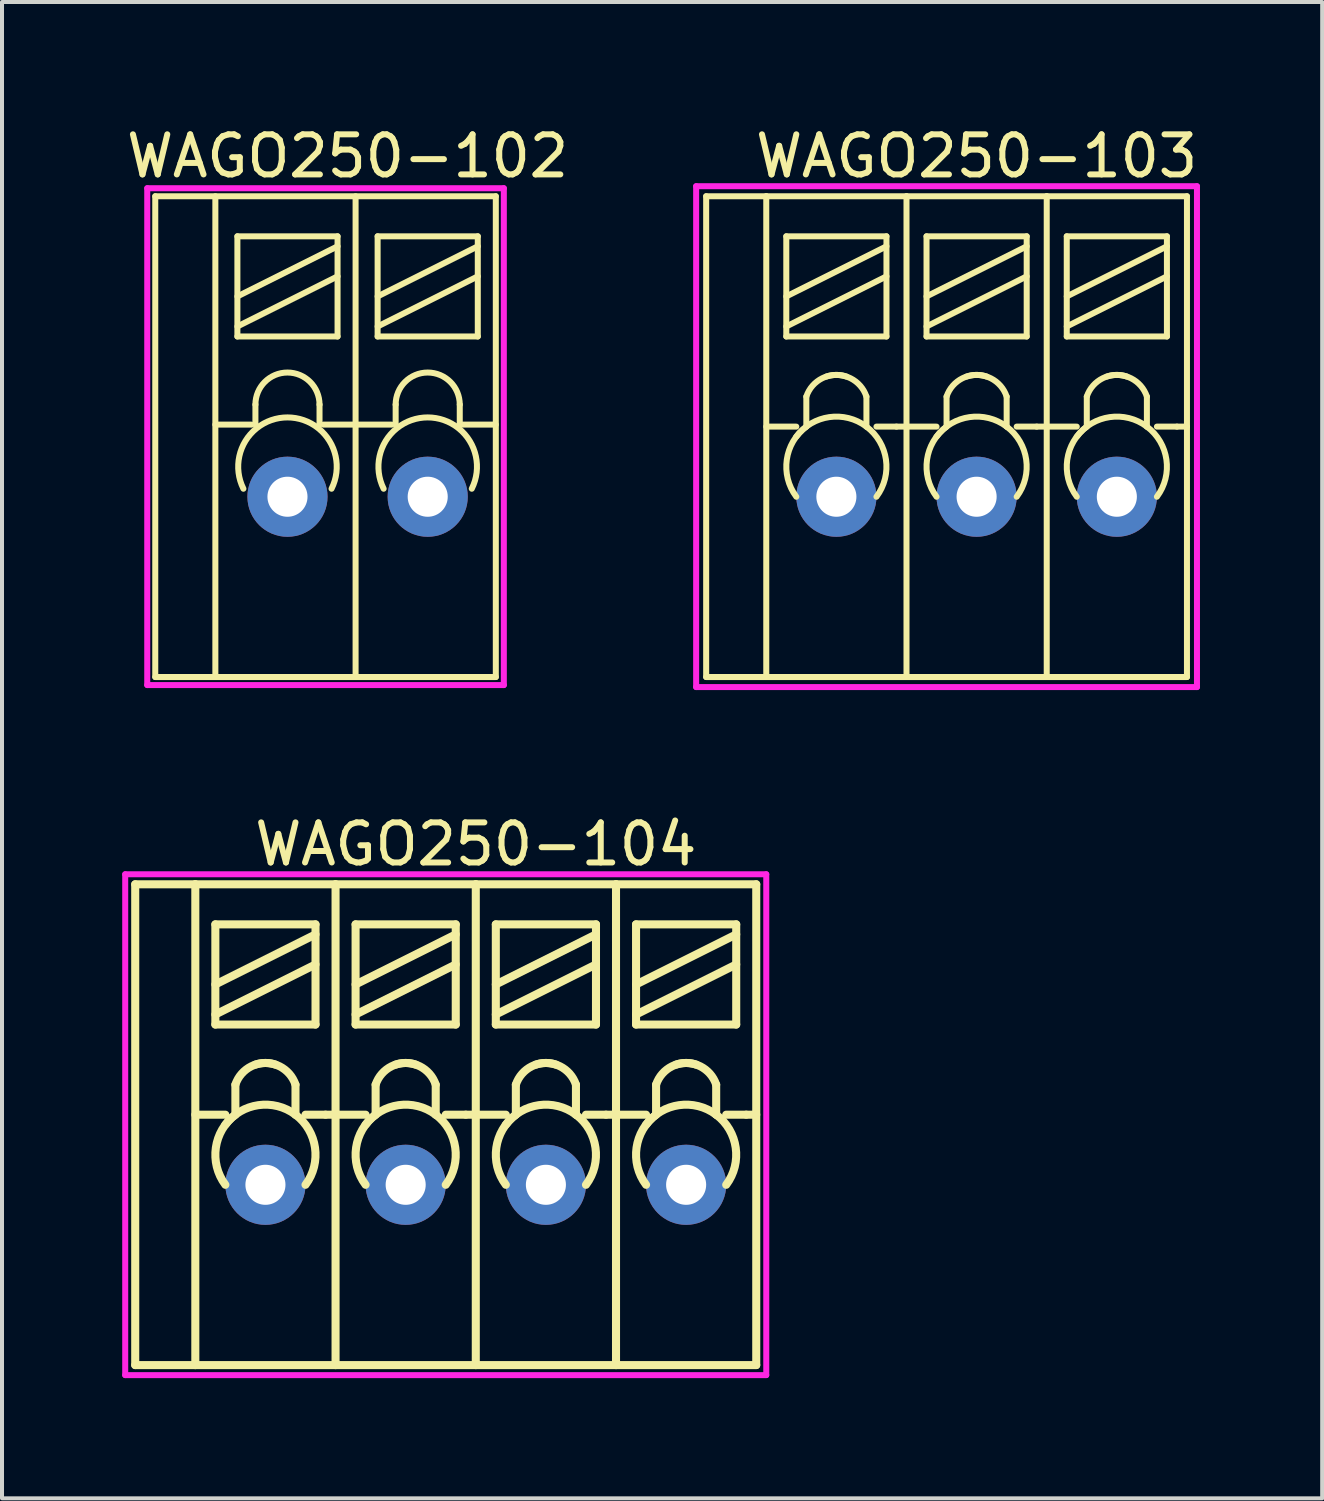
<source format=kicad_pcb>
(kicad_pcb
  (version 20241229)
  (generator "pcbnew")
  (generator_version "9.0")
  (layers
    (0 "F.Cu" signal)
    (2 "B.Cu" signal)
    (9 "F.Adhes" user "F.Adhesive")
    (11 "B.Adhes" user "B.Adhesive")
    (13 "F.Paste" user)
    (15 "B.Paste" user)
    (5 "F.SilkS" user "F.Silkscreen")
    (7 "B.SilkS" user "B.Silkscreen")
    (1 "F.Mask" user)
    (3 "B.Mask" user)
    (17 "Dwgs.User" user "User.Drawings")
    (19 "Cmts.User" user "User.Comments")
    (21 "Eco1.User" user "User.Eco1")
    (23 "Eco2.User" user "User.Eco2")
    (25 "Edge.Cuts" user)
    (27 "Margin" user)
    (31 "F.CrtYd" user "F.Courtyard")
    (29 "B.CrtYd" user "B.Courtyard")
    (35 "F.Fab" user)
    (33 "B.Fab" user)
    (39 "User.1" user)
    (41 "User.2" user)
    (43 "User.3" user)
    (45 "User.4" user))
  (footprint "WAGO250-103"
    (layer "F.Cu")
    (at 24.825 9.348)
    (property "Reference" "WAGO250-103" (at -3.5 -8.5 180) (layer "F.SilkS") (effects (font (size 1 1) (thickness 0.15))))
    (attr through_hole)
    (fp_line (start -10.25 -7.5) (end -8.75 -7.5) (stroke (width 0.15) (type solid)) (layer "F.SilkS"))
    (fp_line (start -10.25 4.5) (end -10.25 -7.5) (stroke (width 0.15) (type solid)) (layer "F.SilkS"))
    (fp_line (start -10.25 4.5) (end -8.75 4.5) (stroke (width 0.15) (type solid)) (layer "F.SilkS"))
    (fp_line (start -8.75 -7.5) (end -8.75 4.5) (stroke (width 0.15) (type solid)) (layer "F.SilkS"))
    (fp_line (start -8.75 -1.75) (end -8 -1.75) (stroke (width 0.15) (type solid)) (layer "F.SilkS"))
    (fp_line (start -8.75 4.5) (end -5.25 4.5) (stroke (width 0.15) (type solid)) (layer "F.SilkS"))
    (fp_line (start -8.25 -6.5) (end -8.25 -4) (stroke (width 0.15) (type solid)) (layer "F.SilkS"))
    (fp_line (start -8.25 -4.25) (end -5.75 -5.5) (stroke (width 0.15) (type solid)) (layer "F.SilkS"))
    (fp_line (start -8.25 -4) (end -5.75 -4) (stroke (width 0.15) (type solid)) (layer "F.SilkS"))
    (fp_line (start -7.75 -2.5) (end -7.75 -1.75) (stroke (width 0.15) (type solid)) (layer "F.SilkS"))
    (fp_line (start -6.25 -2.5) (end -6.25 -1.75) (stroke (width 0.15) (type solid)) (layer "F.SilkS"))
    (fp_line (start -6 -1.75) (end -5.5 -1.75) (stroke (width 0.15) (type solid)) (layer "F.SilkS"))
    (fp_line (start -5.75 -6.5) (end -8.25 -6.5) (stroke (width 0.15) (type solid)) (layer "F.SilkS"))
    (fp_line (start -5.75 -6.5) (end -5.75 -4) (stroke (width 0.15) (type solid)) (layer "F.SilkS"))
    (fp_line (start -5.75 -6.25) (end -8.25 -5) (stroke (width 0.15) (type solid)) (layer "F.SilkS"))
    (fp_line (start -5.5 -1.75) (end -5.25 -1.75) (stroke (width 0.15) (type solid)) (layer "F.SilkS"))
    (fp_line (start -5.25 -7.5) (end -8.75 -7.5) (stroke (width 0.15) (type solid)) (layer "F.SilkS"))
    (fp_line (start -5.25 -7.5) (end -5.25 4.5) (stroke (width 0.15) (type solid)) (layer "F.SilkS"))
    (fp_line (start -5.25 -1.75) (end -4.5 -1.75) (stroke (width 0.15) (type solid)) (layer "F.SilkS"))
    (fp_line (start -5.25 4.5) (end -1.75 4.5) (stroke (width 0.15) (type solid)) (layer "F.SilkS"))
    (fp_line (start -4.75 -6.5) (end -4.75 -4) (stroke (width 0.15) (type solid)) (layer "F.SilkS"))
    (fp_line (start -4.75 -4.25) (end -2.25 -5.5) (stroke (width 0.15) (type solid)) (layer "F.SilkS"))
    (fp_line (start -4.75 -4) (end -2.25 -4) (stroke (width 0.15) (type solid)) (layer "F.SilkS"))
    (fp_line (start -4.25 -2.5) (end -4.25 -1.75) (stroke (width 0.15) (type solid)) (layer "F.SilkS"))
    (fp_line (start -2.75 -2.5) (end -2.75 -1.75) (stroke (width 0.15) (type solid)) (layer "F.SilkS"))
    (fp_line (start -2.5 -1.75) (end -2 -1.75) (stroke (width 0.15) (type solid)) (layer "F.SilkS"))
    (fp_line (start -2.25 -6.5) (end -4.75 -6.5) (stroke (width 0.15) (type solid)) (layer "F.SilkS"))
    (fp_line (start -2.25 -6.5) (end -2.25 -4) (stroke (width 0.15) (type solid)) (layer "F.SilkS"))
    (fp_line (start -2.25 -6.25) (end -4.75 -5) (stroke (width 0.15) (type solid)) (layer "F.SilkS"))
    (fp_line (start -2 -1.75) (end -1.75 -1.75) (stroke (width 0.15) (type solid)) (layer "F.SilkS"))
    (fp_line (start -1.75 -7.5) (end -5.25 -7.5) (stroke (width 0.15) (type solid)) (layer "F.SilkS"))
    (fp_line (start -1.75 -7.5) (end -1.75 4.5) (stroke (width 0.15) (type solid)) (layer "F.SilkS"))
    (fp_line (start -1.75 -1.75) (end -1 -1.75) (stroke (width 0.15) (type solid)) (layer "F.SilkS"))
    (fp_line (start -1.75 4.5) (end 1.75 4.5) (stroke (width 0.15) (type solid)) (layer "F.SilkS"))
    (fp_line (start -1.25 -6.5) (end -1.25 -4) (stroke (width 0.15) (type solid)) (layer "F.SilkS"))
    (fp_line (start -1.25 -4.25) (end 1.25 -5.5) (stroke (width 0.15) (type solid)) (layer "F.SilkS"))
    (fp_line (start -1.25 -4) (end 1.25 -4) (stroke (width 0.15) (type solid)) (layer "F.SilkS"))
    (fp_line (start -0.75 -2.5) (end -0.75 -1.75) (stroke (width 0.15) (type solid)) (layer "F.SilkS"))
    (fp_line (start 0.75 -2.5) (end 0.75 -1.75) (stroke (width 0.15) (type solid)) (layer "F.SilkS"))
    (fp_line (start 1 -1.75) (end 1.5 -1.75) (stroke (width 0.15) (type solid)) (layer "F.SilkS"))
    (fp_line (start 1.25 -6.5) (end -1.25 -6.5) (stroke (width 0.15) (type solid)) (layer "F.SilkS"))
    (fp_line (start 1.25 -6.5) (end 1.25 -4) (stroke (width 0.15) (type solid)) (layer "F.SilkS"))
    (fp_line (start 1.25 -6.25) (end -1.25 -5) (stroke (width 0.15) (type solid)) (layer "F.SilkS"))
    (fp_line (start 1.5 -1.75) (end 1.75 -1.75) (stroke (width 0.15) (type solid)) (layer "F.SilkS"))
    (fp_line (start 1.75 -7.5) (end -1.75 -7.5) (stroke (width 0.15) (type solid)) (layer "F.SilkS"))
    (fp_line (start 1.75 4.5) (end 1.75 -7.5) (stroke (width 0.15) (type solid)) (layer "F.SilkS"))
    (fp_arc (start -8 -1.5) (mid -7.176777 -1.987437) (end -6.25 -1.75) (stroke (width 0.15) (type solid)) (layer "F.SilkS"))
    (fp_arc (start -8 0) (mid -8.237437 -0.926777) (end -7.75 -1.75) (stroke (width 0.15) (type solid)) (layer "F.SilkS"))
    (fp_arc (start -7.75 -2.5) (mid -7.353553 -2.957107) (end -6.75 -3) (stroke (width 0.15) (type solid)) (layer "F.SilkS"))
    (fp_arc (start -7.25 -3) (mid -6.646447 -2.957107) (end -6.25 -2.5) (stroke (width 0.15) (type solid)) (layer "F.SilkS"))
    (fp_arc (start -6.25 -1.75) (mid -5.762563 -0.926777) (end -6 0) (stroke (width 0.15) (type solid)) (layer "F.SilkS"))
    (fp_arc (start -4.5 -1.5) (mid -3.676777 -1.987437) (end -2.75 -1.75) (stroke (width 0.15) (type solid)) (layer "F.SilkS"))
    (fp_arc (start -4.5 0) (mid -4.737437 -0.926777) (end -4.25 -1.75) (stroke (width 0.15) (type solid)) (layer "F.SilkS"))
    (fp_arc (start -4.25 -2.5) (mid -3.853553 -2.957107) (end -3.25 -3) (stroke (width 0.15) (type solid)) (layer "F.SilkS"))
    (fp_arc (start -3.75 -3) (mid -3.146447 -2.957107) (end -2.75 -2.5) (stroke (width 0.15) (type solid)) (layer "F.SilkS"))
    (fp_arc (start -2.75 -1.75) (mid -2.262563 -0.926777) (end -2.5 0) (stroke (width 0.15) (type solid)) (layer "F.SilkS"))
    (fp_arc (start -1 -1.5) (mid -0.176777 -1.987437) (end 0.75 -1.75) (stroke (width 0.15) (type solid)) (layer "F.SilkS"))
    (fp_arc (start -1 0) (mid -1.237437 -0.926777) (end -0.75 -1.75) (stroke (width 0.15) (type solid)) (layer "F.SilkS"))
    (fp_arc (start -0.75 -2.5) (mid -0.353553 -2.957107) (end 0.25 -3) (stroke (width 0.15) (type solid)) (layer "F.SilkS"))
    (fp_arc (start -0.25 -3) (mid 0.353553 -2.957107) (end 0.75 -2.5) (stroke (width 0.15) (type solid)) (layer "F.SilkS"))
    (fp_arc (start 0.75 -1.75) (mid 1.237437 -0.926777) (end 1 0) (stroke (width 0.15) (type solid)) (layer "F.SilkS"))
    (fp_line (start -10.5 -7.75) (end 2 -7.75) (stroke (width 0.15) (type solid)) (layer "F.CrtYd"))
    (fp_line (start -10.5 4.75) (end -10.5 -7.75) (stroke (width 0.15) (type solid)) (layer "F.CrtYd"))
    (fp_line (start 2 -7.75) (end 2 4.75) (stroke (width 0.15) (type solid)) (layer "F.CrtYd"))
    (fp_line (start 2 4.75) (end -10.5 4.75) (stroke (width 0.15) (type solid)) (layer "F.CrtYd"))
    (pad "1" thru_hole circle (at 0 0) (size 2 2) (drill 1) (layers "*.Cu" "*.Mask"))
    (pad "2" thru_hole circle (at -3.5 0) (size 2 2) (drill 1) (layers "*.Cu" "*.Mask"))
    (pad "3" thru_hole circle (at -7 0) (size 2 2) (drill 1) (layers "*.Cu" "*.Mask")))
  (footprint "WAGO250-102"
    (layer "F.Cu")
    (at 7.625 9.348)
    (property "Reference" "WAGO250-102" (at -2 -8.5 0) (layer "F.SilkS") (effects (font (size 1 1) (thickness 0.15))))
    (attr through_hole)
    (fp_line (start -6.8 4.5) (end -6.8 -7.5) (stroke (width 0.15) (type solid)) (layer "F.SilkS"))
    (fp_line (start -6.8 4.5) (end 1.7 4.5) (stroke (width 0.15) (type solid)) (layer "F.SilkS"))
    (fp_line (start -5.3 -7.5) (end -5.3 4.5) (stroke (width 0.15) (type solid)) (layer "F.SilkS"))
    (fp_line (start -5.3 -1.8) (end -4.4 -1.8) (stroke (width 0.15) (type solid)) (layer "F.SilkS"))
    (fp_line (start -4.75 -6.5) (end -4.75 -4) (stroke (width 0.15) (type solid)) (layer "F.SilkS"))
    (fp_line (start -4.75 -4.25) (end -2.25 -5.5) (stroke (width 0.15) (type solid)) (layer "F.SilkS"))
    (fp_line (start -4.75 -4) (end -2.25 -4) (stroke (width 0.15) (type solid)) (layer "F.SilkS"))
    (fp_line (start -4.3 -2.3) (end -4.3 -1.8) (stroke (width 0.15) (type solid)) (layer "F.SilkS"))
    (fp_line (start -2.7 -2.3) (end -2.7 -1.8) (stroke (width 0.15) (type solid)) (layer "F.SilkS"))
    (fp_line (start -2.6 -1.8) (end -0.9 -1.8) (stroke (width 0.15) (type solid)) (layer "F.SilkS"))
    (fp_line (start -2.25 -6.5) (end -4.75 -6.5) (stroke (width 0.15) (type solid)) (layer "F.SilkS"))
    (fp_line (start -2.25 -6.5) (end -2.25 -4) (stroke (width 0.15) (type solid)) (layer "F.SilkS"))
    (fp_line (start -2.25 -6.25) (end -4.75 -5) (stroke (width 0.15) (type solid)) (layer "F.SilkS"))
    (fp_line (start -1.8 -7.5) (end -1.8 4.5) (stroke (width 0.15) (type solid)) (layer "F.SilkS"))
    (fp_line (start -1.25 -6.5) (end -1.25 -4) (stroke (width 0.15) (type solid)) (layer "F.SilkS"))
    (fp_line (start -1.25 -4.25) (end 1.25 -5.5) (stroke (width 0.15) (type solid)) (layer "F.SilkS"))
    (fp_line (start -1.25 -4) (end 1.25 -4) (stroke (width 0.15) (type solid)) (layer "F.SilkS"))
    (fp_line (start -0.8 -2.3) (end -0.8 -1.8) (stroke (width 0.15) (type solid)) (layer "F.SilkS"))
    (fp_line (start 0.8 -2.3) (end 0.8 -1.8) (stroke (width 0.15) (type solid)) (layer "F.SilkS"))
    (fp_line (start 0.8 -1.8) (end 1.7 -1.8) (stroke (width 0.15) (type solid)) (layer "F.SilkS"))
    (fp_line (start 1.25 -6.5) (end -1.25 -6.5) (stroke (width 0.15) (type solid)) (layer "F.SilkS"))
    (fp_line (start 1.25 -6.5) (end 1.25 -4) (stroke (width 0.15) (type solid)) (layer "F.SilkS"))
    (fp_line (start 1.25 -6.25) (end -1.25 -5) (stroke (width 0.15) (type solid)) (layer "F.SilkS"))
    (fp_line (start 1.7 -7.5) (end -6.8 -7.5) (stroke (width 0.15) (type solid)) (layer "F.SilkS"))
    (fp_line (start 1.7 4.5) (end 1.7 -7.5) (stroke (width 0.15) (type solid)) (layer "F.SilkS"))
    (fp_arc (start -4.6 -0.2) (mid -3.5 -1.979837) (end -2.4 -0.200001) (stroke (width 0.15) (type solid)) (layer "F.SilkS"))
    (fp_arc (start -4.3 -2.3) (mid -3.5 -3.1) (end -2.7 -2.3) (stroke (width 0.15) (type solid)) (layer "F.SilkS"))
    (fp_arc (start -1.1 -0.2) (mid 0 -1.979837) (end 1.1 -0.200001) (stroke (width 0.15) (type solid)) (layer "F.SilkS"))
    (fp_arc (start -0.8 -2.3) (mid 0 -3.1) (end 0.8 -2.3) (stroke (width 0.15) (type solid)) (layer "F.SilkS"))
    (fp_line (start -7 -7.7) (end 1.9 -7.7) (stroke (width 0.15) (type solid)) (layer "F.CrtYd"))
    (fp_line (start -7 4.7) (end -7 -7.7) (stroke (width 0.15) (type solid)) (layer "F.CrtYd"))
    (fp_line (start 1.9 -7.7) (end 1.9 4.7) (stroke (width 0.15) (type solid)) (layer "F.CrtYd"))
    (fp_line (start 1.9 4.7) (end -7 4.7) (stroke (width 0.15) (type solid)) (layer "F.CrtYd"))
    (pad "1" thru_hole circle (at 0 0) (size 2 2) (drill 1) (layers "*.Cu" "*.Mask"))
    (pad "2" thru_hole circle (at -3.5 0) (size 2 2) (drill 1) (layers "*.Cu" "*.Mask")))
  (footprint "WAGO250-104"
    (layer "F.Cu")
    (at 14.075 26.521)
    (property "Reference" "WAGO250-104" (at -5.25 -8.5 0) (layer "F.SilkS") (effects (font (size 1 1) (thickness 0.15))))
    (attr through_hole)
    (fp_line (start -13.75 -7.5) (end -12.25 -7.5) (stroke (width 0.201) (type solid)) (layer "F.SilkS"))
    (fp_line (start -13.75 4.5) (end -13.75 -7.5) (stroke (width 0.201) (type solid)) (layer "F.SilkS"))
    (fp_line (start -13.75 4.5) (end -12.25 4.5) (stroke (width 0.201) (type solid)) (layer "F.SilkS"))
    (fp_line (start -12.25 -7.5) (end -12.25 4.5) (stroke (width 0.201) (type solid)) (layer "F.SilkS"))
    (fp_line (start -12.25 -1.75) (end -11.5 -1.75) (stroke (width 0.201) (type solid)) (layer "F.SilkS"))
    (fp_line (start -12.25 4.5) (end -8.75 4.5) (stroke (width 0.201) (type solid)) (layer "F.SilkS"))
    (fp_line (start -11.75 -6.5) (end -11.75 -4) (stroke (width 0.201) (type solid)) (layer "F.SilkS"))
    (fp_line (start -11.75 -4.25) (end -9.25 -5.5) (stroke (width 0.201) (type solid)) (layer "F.SilkS"))
    (fp_line (start -11.75 -4) (end -9.25 -4) (stroke (width 0.201) (type solid)) (layer "F.SilkS"))
    (fp_line (start -11.25 -2.5) (end -11.25 -1.75) (stroke (width 0.201) (type solid)) (layer "F.SilkS"))
    (fp_line (start -9.75 -2.5) (end -9.75 -1.75) (stroke (width 0.201) (type solid)) (layer "F.SilkS"))
    (fp_line (start -9.5 -1.75) (end -9 -1.75) (stroke (width 0.201) (type solid)) (layer "F.SilkS"))
    (fp_line (start -9.25 -6.5) (end -11.75 -6.5) (stroke (width 0.201) (type solid)) (layer "F.SilkS"))
    (fp_line (start -9.25 -6.5) (end -9.25 -4) (stroke (width 0.201) (type solid)) (layer "F.SilkS"))
    (fp_line (start -9.25 -6.25) (end -11.75 -5) (stroke (width 0.201) (type solid)) (layer "F.SilkS"))
    (fp_line (start -9 -1.75) (end -8.75 -1.75) (stroke (width 0.201) (type solid)) (layer "F.SilkS"))
    (fp_line (start -8.75 -7.5) (end -12.25 -7.5) (stroke (width 0.201) (type solid)) (layer "F.SilkS"))
    (fp_line (start -8.75 -7.5) (end -8.75 4.5) (stroke (width 0.201) (type solid)) (layer "F.SilkS"))
    (fp_line (start -8.75 -1.75) (end -8 -1.75) (stroke (width 0.201) (type solid)) (layer "F.SilkS"))
    (fp_line (start -8.75 4.5) (end -5.25 4.5) (stroke (width 0.201) (type solid)) (layer "F.SilkS"))
    (fp_line (start -8.25 -6.5) (end -8.25 -4) (stroke (width 0.201) (type solid)) (layer "F.SilkS"))
    (fp_line (start -8.25 -4.25) (end -5.75 -5.5) (stroke (width 0.201) (type solid)) (layer "F.SilkS"))
    (fp_line (start -8.25 -4) (end -5.75 -4) (stroke (width 0.201) (type solid)) (layer "F.SilkS"))
    (fp_line (start -7.75 -2.5) (end -7.75 -1.75) (stroke (width 0.201) (type solid)) (layer "F.SilkS"))
    (fp_line (start -6.25 -2.5) (end -6.25 -1.75) (stroke (width 0.201) (type solid)) (layer "F.SilkS"))
    (fp_line (start -6 -1.75) (end -5.5 -1.75) (stroke (width 0.201) (type solid)) (layer "F.SilkS"))
    (fp_line (start -5.75 -6.5) (end -8.25 -6.5) (stroke (width 0.201) (type solid)) (layer "F.SilkS"))
    (fp_line (start -5.75 -6.5) (end -5.75 -4) (stroke (width 0.201) (type solid)) (layer "F.SilkS"))
    (fp_line (start -5.75 -6.25) (end -8.25 -5) (stroke (width 0.201) (type solid)) (layer "F.SilkS"))
    (fp_line (start -5.5 -1.75) (end -5.25 -1.75) (stroke (width 0.201) (type solid)) (layer "F.SilkS"))
    (fp_line (start -5.25 -7.5) (end -8.75 -7.5) (stroke (width 0.201) (type solid)) (layer "F.SilkS"))
    (fp_line (start -5.25 -7.5) (end -5.25 4.5) (stroke (width 0.201) (type solid)) (layer "F.SilkS"))
    (fp_line (start -5.25 -1.75) (end -4.5 -1.75) (stroke (width 0.201) (type solid)) (layer "F.SilkS"))
    (fp_line (start -5.25 4.5) (end -1.75 4.5) (stroke (width 0.201) (type solid)) (layer "F.SilkS"))
    (fp_line (start -4.75 -6.5) (end -4.75 -4) (stroke (width 0.201) (type solid)) (layer "F.SilkS"))
    (fp_line (start -4.75 -4.25) (end -2.25 -5.5) (stroke (width 0.201) (type solid)) (layer "F.SilkS"))
    (fp_line (start -4.75 -4) (end -2.25 -4) (stroke (width 0.201) (type solid)) (layer "F.SilkS"))
    (fp_line (start -4.25 -2.5) (end -4.25 -1.75) (stroke (width 0.201) (type solid)) (layer "F.SilkS"))
    (fp_line (start -2.75 -2.5) (end -2.75 -1.75) (stroke (width 0.201) (type solid)) (layer "F.SilkS"))
    (fp_line (start -2.5 -1.75) (end -2 -1.75) (stroke (width 0.201) (type solid)) (layer "F.SilkS"))
    (fp_line (start -2.25 -6.5) (end -4.75 -6.5) (stroke (width 0.201) (type solid)) (layer "F.SilkS"))
    (fp_line (start -2.25 -6.5) (end -2.25 -4) (stroke (width 0.201) (type solid)) (layer "F.SilkS"))
    (fp_line (start -2.25 -6.25) (end -4.75 -5) (stroke (width 0.201) (type solid)) (layer "F.SilkS"))
    (fp_line (start -2 -1.75) (end -1.75 -1.75) (stroke (width 0.201) (type solid)) (layer "F.SilkS"))
    (fp_line (start -1.75 -7.5) (end -5.25 -7.5) (stroke (width 0.201) (type solid)) (layer "F.SilkS"))
    (fp_line (start -1.75 -7.5) (end -1.75 4.5) (stroke (width 0.201) (type solid)) (layer "F.SilkS"))
    (fp_line (start -1.75 -1.75) (end -1 -1.75) (stroke (width 0.201) (type solid)) (layer "F.SilkS"))
    (fp_line (start -1.75 4.5) (end 1.75 4.5) (stroke (width 0.201) (type solid)) (layer "F.SilkS"))
    (fp_line (start -1.25 -6.5) (end -1.25 -4) (stroke (width 0.201) (type solid)) (layer "F.SilkS"))
    (fp_line (start -1.25 -4.25) (end 1.25 -5.5) (stroke (width 0.201) (type solid)) (layer "F.SilkS"))
    (fp_line (start -1.25 -4) (end 1.25 -4) (stroke (width 0.201) (type solid)) (layer "F.SilkS"))
    (fp_line (start -0.75 -2.5) (end -0.75 -1.75) (stroke (width 0.201) (type solid)) (layer "F.SilkS"))
    (fp_line (start 0.75 -2.5) (end 0.75 -1.75) (stroke (width 0.201) (type solid)) (layer "F.SilkS"))
    (fp_line (start 1 -1.75) (end 1.5 -1.75) (stroke (width 0.201) (type solid)) (layer "F.SilkS"))
    (fp_line (start 1.25 -6.5) (end -1.25 -6.5) (stroke (width 0.201) (type solid)) (layer "F.SilkS"))
    (fp_line (start 1.25 -6.5) (end 1.25 -4) (stroke (width 0.201) (type solid)) (layer "F.SilkS"))
    (fp_line (start 1.25 -6.25) (end -1.25 -5) (stroke (width 0.201) (type solid)) (layer "F.SilkS"))
    (fp_line (start 1.5 -1.75) (end 1.75 -1.75) (stroke (width 0.201) (type solid)) (layer "F.SilkS"))
    (fp_line (start 1.75 -7.5) (end -1.75 -7.5) (stroke (width 0.201) (type solid)) (layer "F.SilkS"))
    (fp_line (start 1.75 4.5) (end 1.75 -7.5) (stroke (width 0.201) (type solid)) (layer "F.SilkS"))
    (fp_arc (start -11.5 -1.5) (mid -10.676777 -1.987437) (end -9.75 -1.75) (stroke (width 0.2012) (type solid)) (layer "F.SilkS"))
    (fp_arc (start -11.5 0) (mid -11.737437 -0.926777) (end -11.25 -1.75) (stroke (width 0.2012) (type solid)) (layer "F.SilkS"))
    (fp_arc (start -11.25 -2.5) (mid -10.853553 -2.957107) (end -10.25 -3) (stroke (width 0.2012) (type solid)) (layer "F.SilkS"))
    (fp_arc (start -10.75 -3) (mid -10.146447 -2.957107) (end -9.75 -2.5) (stroke (width 0.2012) (type solid)) (layer "F.SilkS"))
    (fp_arc (start -9.75 -1.75) (mid -9.262563 -0.926777) (end -9.5 0) (stroke (width 0.2012) (type solid)) (layer "F.SilkS"))
    (fp_arc (start -8 -1.5) (mid -7.176777 -1.987437) (end -6.25 -1.75) (stroke (width 0.2012) (type solid)) (layer "F.SilkS"))
    (fp_arc (start -8 0) (mid -8.237437 -0.926777) (end -7.75 -1.75) (stroke (width 0.2012) (type solid)) (layer "F.SilkS"))
    (fp_arc (start -7.75 -2.5) (mid -7.353553 -2.957107) (end -6.75 -3) (stroke (width 0.2012) (type solid)) (layer "F.SilkS"))
    (fp_arc (start -7.25 -3) (mid -6.646447 -2.957107) (end -6.25 -2.5) (stroke (width 0.2012) (type solid)) (layer "F.SilkS"))
    (fp_arc (start -6.25 -1.75) (mid -5.762563 -0.926777) (end -6 0) (stroke (width 0.2012) (type solid)) (layer "F.SilkS"))
    (fp_arc (start -4.5 -1.5) (mid -3.676777 -1.987437) (end -2.75 -1.75) (stroke (width 0.2012) (type solid)) (layer "F.SilkS"))
    (fp_arc (start -4.5 0) (mid -4.737437 -0.926777) (end -4.25 -1.75) (stroke (width 0.2012) (type solid)) (layer "F.SilkS"))
    (fp_arc (start -4.25 -2.5) (mid -3.853553 -2.957107) (end -3.25 -3) (stroke (width 0.2012) (type solid)) (layer "F.SilkS"))
    (fp_arc (start -3.75 -3) (mid -3.146447 -2.957107) (end -2.75 -2.5) (stroke (width 0.2012) (type solid)) (layer "F.SilkS"))
    (fp_arc (start -2.75 -1.75) (mid -2.262563 -0.926777) (end -2.5 0) (stroke (width 0.2012) (type solid)) (layer "F.SilkS"))
    (fp_arc (start -1 -1.5) (mid -0.176777 -1.987437) (end 0.75 -1.75) (stroke (width 0.2012) (type solid)) (layer "F.SilkS"))
    (fp_arc (start -1 0) (mid -1.237437 -0.926777) (end -0.75 -1.75) (stroke (width 0.2012) (type solid)) (layer "F.SilkS"))
    (fp_arc (start -0.75 -2.5) (mid -0.353553 -2.957107) (end 0.25 -3) (stroke (width 0.2012) (type solid)) (layer "F.SilkS"))
    (fp_arc (start -0.25 -3) (mid 0.353553 -2.957107) (end 0.75 -2.5) (stroke (width 0.2012) (type solid)) (layer "F.SilkS"))
    (fp_arc (start 0.75 -1.75) (mid 1.237437 -0.926777) (end 1 0) (stroke (width 0.2012) (type solid)) (layer "F.SilkS"))
    (fp_line (start -14 -7.75) (end 2 -7.75) (stroke (width 0.15) (type solid)) (layer "F.CrtYd"))
    (fp_line (start -14 4.75) (end -14 -7.75) (stroke (width 0.15) (type solid)) (layer "F.CrtYd"))
    (fp_line (start 2 -7.75) (end 2 4.75) (stroke (width 0.15) (type solid)) (layer "F.CrtYd"))
    (fp_line (start 2 4.75) (end -14 4.75) (stroke (width 0.15) (type solid)) (layer "F.CrtYd"))
    (pad "1" thru_hole circle (at 0 0) (size 2 2) (drill 1) (layers "*.Cu" "*.Mask"))
    (pad "2" thru_hole circle (at -3.5 0) (size 2 2) (drill 1) (layers "*.Cu" "*.Mask"))
    (pad "3" thru_hole circle (at -7 0) (size 2 2) (drill 1) (layers "*.Cu" "*.Mask"))
    (pad "4" thru_hole circle (at -10.5 0) (size 2 2) (drill 1) (layers "*.Cu" "*.Mask")))
  (gr_rect
    (start -3 -3)
    (end 29.95 34.346)
    (stroke (width 0.1) (type default))
    (fill no)
    (layer "Edge.Cuts")))
</source>
